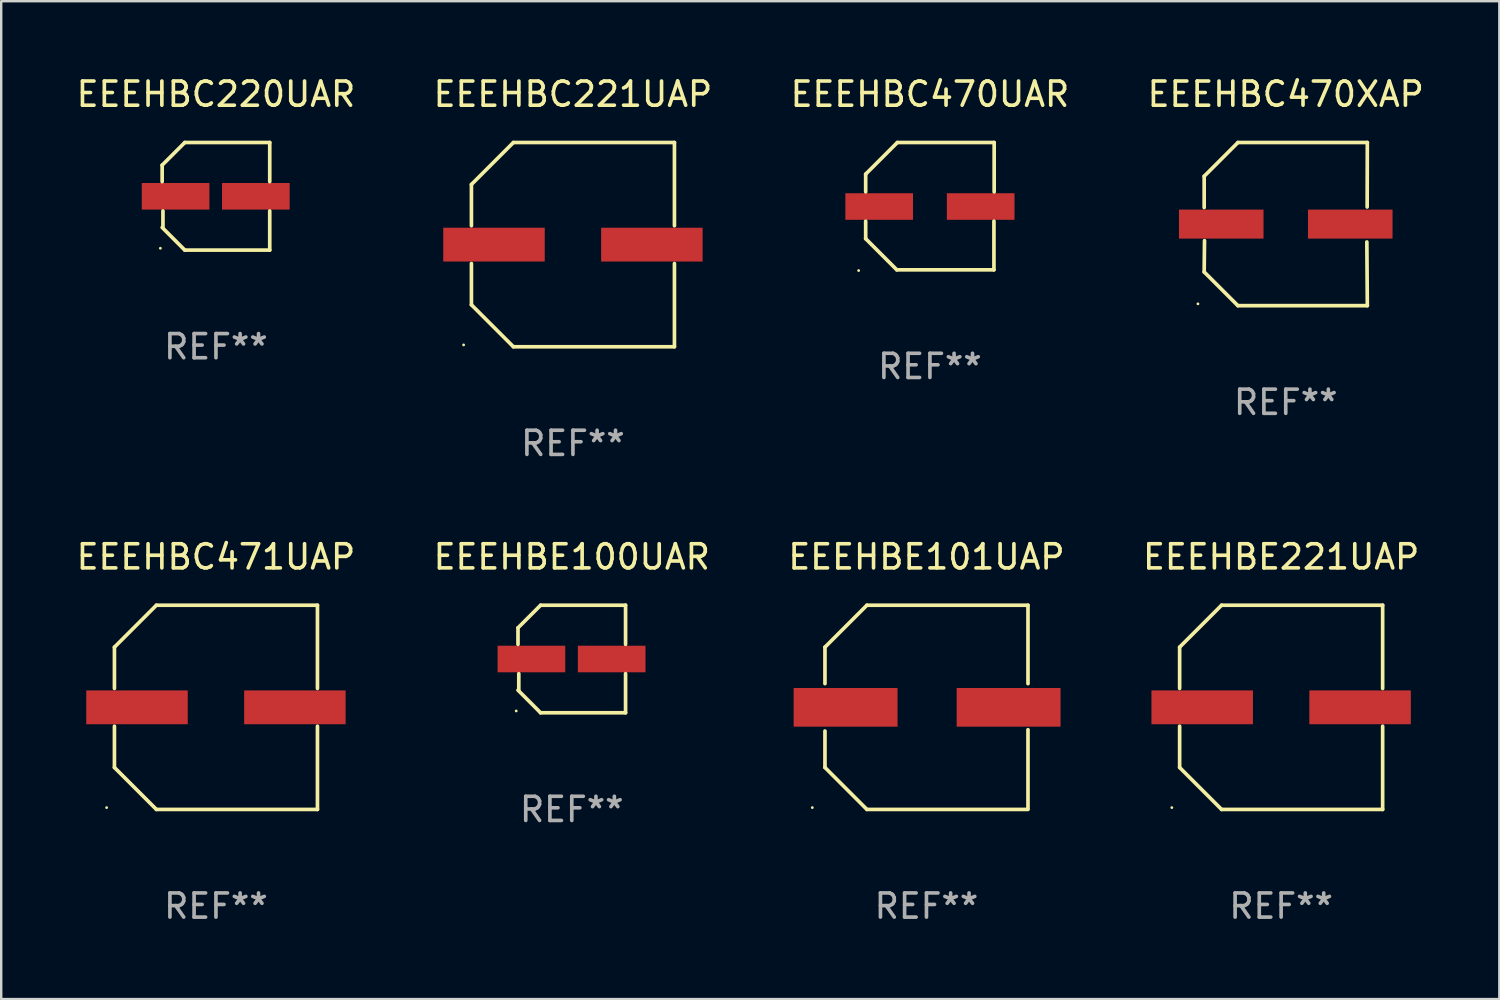
<source format=kicad_pcb>
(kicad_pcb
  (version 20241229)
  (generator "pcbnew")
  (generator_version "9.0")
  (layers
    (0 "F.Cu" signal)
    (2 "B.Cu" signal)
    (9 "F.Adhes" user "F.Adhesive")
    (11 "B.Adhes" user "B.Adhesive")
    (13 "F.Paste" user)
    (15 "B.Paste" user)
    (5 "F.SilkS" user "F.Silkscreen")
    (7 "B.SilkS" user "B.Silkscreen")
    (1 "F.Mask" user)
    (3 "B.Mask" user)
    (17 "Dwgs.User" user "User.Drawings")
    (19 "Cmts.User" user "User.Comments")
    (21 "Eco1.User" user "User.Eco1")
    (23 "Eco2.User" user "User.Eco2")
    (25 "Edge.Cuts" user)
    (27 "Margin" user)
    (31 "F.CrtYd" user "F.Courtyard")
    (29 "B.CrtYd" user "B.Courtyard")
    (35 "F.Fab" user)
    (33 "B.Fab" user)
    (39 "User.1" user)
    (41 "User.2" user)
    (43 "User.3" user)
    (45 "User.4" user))
  (footprint "EEEHBE101UAP"
    (layer "F.Cu")
    (at 35.292 26.223)
    (property "Reference" "EEEHBE101UAP" (at 0 -6.226 0) (layer "F.SilkS") (effects (font (size 1 1) (thickness 0.15))))
    (attr through_hole)
    (fp_line (start -4.201 -0.98) (end -4.201 -2.49) (stroke (width 0.152) (type solid)) (layer "F.SilkS"))
    (fp_line (start -4.201 2.49) (end -4.201 0.98) (stroke (width 0.152) (type solid)) (layer "F.SilkS"))
    (fp_line (start -2.465 -4.226) (end -4.201 -2.49) (stroke (width 0.152) (type solid)) (layer "F.SilkS"))
    (fp_line (start -2.465 4.226) (end -4.201 2.49) (stroke (width 0.152) (type solid)) (layer "F.SilkS"))
    (fp_line (start 4.201 -4.226) (end -2.465 -4.226) (stroke (width 0.152) (type solid)) (layer "F.SilkS"))
    (fp_line (start 4.201 -4.226) (end 4.201 -0.98) (stroke (width 0.152) (type solid)) (layer "F.SilkS"))
    (fp_line (start 4.201 0.926) (end 4.201 4.172) (stroke (width 0.152) (type solid)) (layer "F.SilkS"))
    (fp_line (start 4.201 4.226) (end -2.465 4.226) (stroke (width 0.152) (type solid)) (layer "F.SilkS"))
    (fp_circle (center -4.725 4.15) (end -4.695 4.15) (stroke (width 0.06) (type solid)) (fill no) (layer "F.SilkS"))
    (fp_text user "REF**" (at 0 8.226 0) (layer "F.Fab") (effects (font (size 1 1) (thickness 0.15))))
    (pad "1" smd rect (at -3.347 0) (size 4.3 1.6) (layers "F.Cu" "F.Mask" "F.Paste"))
    (pad "2" smd rect (at 3.399 0) (size 4.3 1.6) (layers "F.Cu" "F.Mask" "F.Paste")))
  (footprint "EEEHBE221UAP"
    (layer "F.Cu")
    (at 49.97 26.223)
    (property "Reference" "EEEHBE221UAP" (at 0 -6.226 0) (layer "F.SilkS") (effects (font (size 1 1) (thickness 0.15))))
    (attr through_hole)
    (fp_line (start -4.201 -2.49) (end -4.201 -0.782) (stroke (width 0.152) (type solid)) (layer "F.SilkS"))
    (fp_line (start -4.201 2.49) (end -4.201 0.782) (stroke (width 0.152) (type solid)) (layer "F.SilkS"))
    (fp_line (start -2.465 -4.226) (end -4.201 -2.49) (stroke (width 0.152) (type solid)) (layer "F.SilkS"))
    (fp_line (start -2.465 4.226) (end -4.201 2.49) (stroke (width 0.152) (type solid)) (layer "F.SilkS"))
    (fp_line (start 4.201 -4.226) (end -2.465 -4.226) (stroke (width 0.152) (type solid)) (layer "F.SilkS"))
    (fp_line (start 4.201 -0.782) (end 4.201 -4.226) (stroke (width 0.152) (type solid)) (layer "F.SilkS"))
    (fp_line (start 4.201 0.782) (end 4.201 4.226) (stroke (width 0.152) (type solid)) (layer "F.SilkS"))
    (fp_line (start 4.201 4.226) (end -2.465 4.226) (stroke (width 0.152) (type solid)) (layer "F.SilkS"))
    (fp_circle (center -4.524 4.15) (end -4.494 4.15) (stroke (width 0.06) (type solid)) (fill no) (layer "F.SilkS"))
    (fp_text user "REF**" (at 0 8.226 0) (layer "F.Fab") (effects (font (size 1 1) (thickness 0.15))))
    (pad "1" smd rect (at -3.267 0) (size 4.2 1.4) (layers "F.Cu" "F.Mask" "F.Paste"))
    (pad "2" smd rect (at 3.267 0) (size 4.2 1.4) (layers "F.Cu" "F.Mask" "F.Paste")))
  (footprint "EEEHBC471UAP"
    (layer "F.Cu")
    (at 5.887 26.223)
    (property "Reference" "EEEHBC471UAP" (at 0 -6.226 0) (layer "F.SilkS") (effects (font (size 1 1) (thickness 0.15))))
    (attr through_hole)
    (fp_line (start -4.201 -2.49) (end -4.201 -0.782) (stroke (width 0.152) (type solid)) (layer "F.SilkS"))
    (fp_line (start -4.201 2.49) (end -4.201 0.782) (stroke (width 0.152) (type solid)) (layer "F.SilkS"))
    (fp_line (start -2.465 -4.226) (end -4.201 -2.49) (stroke (width 0.152) (type solid)) (layer "F.SilkS"))
    (fp_line (start -2.465 4.226) (end -4.201 2.49) (stroke (width 0.152) (type solid)) (layer "F.SilkS"))
    (fp_line (start 4.201 -4.226) (end -2.465 -4.226) (stroke (width 0.152) (type solid)) (layer "F.SilkS"))
    (fp_line (start 4.201 -0.782) (end 4.201 -4.226) (stroke (width 0.152) (type solid)) (layer "F.SilkS"))
    (fp_line (start 4.201 0.782) (end 4.201 4.226) (stroke (width 0.152) (type solid)) (layer "F.SilkS"))
    (fp_line (start 4.201 4.226) (end -2.465 4.226) (stroke (width 0.152) (type solid)) (layer "F.SilkS"))
    (fp_circle (center -4.524 4.15) (end -4.494 4.15) (stroke (width 0.06) (type solid)) (fill no) (layer "F.SilkS"))
    (fp_text user "REF**" (at 0 8.226 0) (layer "F.Fab") (effects (font (size 1 1) (thickness 0.15))))
    (pad "1" smd rect (at -3.267 0) (size 4.2 1.4) (layers "F.Cu" "F.Mask" "F.Paste"))
    (pad "2" smd rect (at 3.267 0) (size 4.2 1.4) (layers "F.Cu" "F.Mask" "F.Paste")))
  (footprint "EEEHBC221UAP"
    (layer "F.Cu")
    (at 20.661 7.074)
    (property "Reference" "EEEHBC221UAP" (at 0 -6.226 0) (layer "F.SilkS") (effects (font (size 1 1) (thickness 0.15))))
    (attr through_hole)
    (fp_line (start -4.201 -2.49) (end -4.201 -0.782) (stroke (width 0.152) (type solid)) (layer "F.SilkS"))
    (fp_line (start -4.201 2.49) (end -4.201 0.782) (stroke (width 0.152) (type solid)) (layer "F.SilkS"))
    (fp_line (start -2.465 -4.226) (end -4.201 -2.49) (stroke (width 0.152) (type solid)) (layer "F.SilkS"))
    (fp_line (start -2.465 4.226) (end -4.201 2.49) (stroke (width 0.152) (type solid)) (layer "F.SilkS"))
    (fp_line (start 4.201 -4.226) (end -2.465 -4.226) (stroke (width 0.152) (type solid)) (layer "F.SilkS"))
    (fp_line (start 4.201 -0.782) (end 4.201 -4.226) (stroke (width 0.152) (type solid)) (layer "F.SilkS"))
    (fp_line (start 4.201 0.782) (end 4.201 4.226) (stroke (width 0.152) (type solid)) (layer "F.SilkS"))
    (fp_line (start 4.201 4.226) (end -2.465 4.226) (stroke (width 0.152) (type solid)) (layer "F.SilkS"))
    (fp_circle (center -4.524 4.15) (end -4.494 4.15) (stroke (width 0.06) (type solid)) (fill no) (layer "F.SilkS"))
    (fp_text user "REF**" (at 0 8.226 0) (layer "F.Fab") (effects (font (size 1 1) (thickness 0.15))))
    (pad "1" smd rect (at -3.267 0) (size 4.2 1.4) (layers "F.Cu" "F.Mask" "F.Paste"))
    (pad "2" smd rect (at 3.267 0) (size 4.2 1.4) (layers "F.Cu" "F.Mask" "F.Paste")))
  (footprint "EEEHBC470UAR"
    (layer "F.Cu")
    (at 35.435 5.482)
    (property "Reference" "EEEHBC470UAR" (at 0 -4.634 0) (layer "F.SilkS") (effects (font (size 1 1) (thickness 0.15))))
    (attr through_hole)
    (fp_line (start -2.659 -1.326) (end -2.659 -0.592) (stroke (width 0.152) (type solid)) (layer "F.SilkS"))
    (fp_line (start -2.659 1.346) (end -2.659 0.622) (stroke (width 0.152) (type solid)) (layer "F.SilkS"))
    (fp_line (start -1.372 2.634) (end -2.659 1.346) (stroke (width 0.152) (type solid)) (layer "F.SilkS"))
    (fp_line (start -1.349 -2.634) (end -2.659 -1.326) (stroke (width 0.152) (type solid)) (layer "F.SilkS"))
    (fp_line (start 2.649 0.622) (end 2.649 2.634) (stroke (width 0.152) (type solid)) (layer "F.SilkS"))
    (fp_line (start 2.649 2.634) (end -1.372 2.634) (stroke (width 0.152) (type solid)) (layer "F.SilkS"))
    (fp_line (start 2.659 -2.634) (end -1.349 -2.634) (stroke (width 0.152) (type solid)) (layer "F.SilkS"))
    (fp_line (start 2.659 -0.592) (end 2.659 -2.634) (stroke (width 0.152) (type solid)) (layer "F.SilkS"))
    (fp_circle (center -2.95 2.665) (end -2.92 2.665) (stroke (width 0.06) (type solid)) (fill no) (layer "F.SilkS"))
    (fp_text user "REF**" (at 0 6.634 0) (layer "F.Fab") (effects (font (size 1 1) (thickness 0.15))))
    (pad "1" smd rect (at -2.1 0.015) (size 2.8 1.1) (layers "F.Cu" "F.Mask" "F.Paste"))
    (pad "2" smd rect (at 2.1 0.015) (size 2.8 1.1) (layers "F.Cu" "F.Mask" "F.Paste")))
  (footprint "EEEHBC470XAP"
    (layer "F.Cu")
    (at 50.161 6.224)
    (property "Reference" "EEEHBC470XAP" (at 0 -5.376 0) (layer "F.SilkS") (effects (font (size 1 1) (thickness 0.15))))
    (attr through_hole)
    (fp_line (start -3.376 -1.98) (end -3.376 -0.686) (stroke (width 0.152) (type solid)) (layer "F.SilkS"))
    (fp_line (start -3.376 1.981) (end -3.362 0.686) (stroke (width 0.152) (type solid)) (layer "F.SilkS"))
    (fp_line (start -1.981 3.376) (end -3.376 1.981) (stroke (width 0.152) (type solid)) (layer "F.SilkS"))
    (fp_line (start -1.98 -3.376) (end -3.376 -1.98) (stroke (width 0.152) (type solid)) (layer "F.SilkS"))
    (fp_line (start 3.356 0.74) (end 3.376 3.376) (stroke (width 0.152) (type solid)) (layer "F.SilkS"))
    (fp_line (start 3.369 -0.707) (end 3.376 -3.376) (stroke (width 0.152) (type solid)) (layer "F.SilkS"))
    (fp_line (start 3.376 3.376) (end -1.981 3.376) (stroke (width 0.152) (type solid)) (layer "F.SilkS"))
    (fp_line (start 3.376 -3.376) (end -1.98 -3.376) (stroke (width 0.152) (type solid)) (layer "F.SilkS"))
    (fp_circle (center -3.634 3.3) (end -3.604 3.3) (stroke (width 0.06) (type solid)) (fill no) (layer "F.SilkS"))
    (fp_text user "REF**" (at 0 7.376 0) (layer "F.Fab") (effects (font (size 1 1) (thickness 0.15))))
    (pad "1" smd rect (at -2.67 0.000254) (size 3.5 1.2) (layers "F.Cu" "F.Mask" "F.Paste"))
    (pad "2" smd rect (at 2.67 0.000254) (size 3.5 1.2) (layers "F.Cu" "F.Mask" "F.Paste")))
  (footprint "EEEHBE100UAR"
    (layer "F.Cu")
    (at 20.613 24.223)
    (property "Reference" "EEEHBE100UAR" (at 0 -4.226 0) (layer "F.SilkS") (effects (font (size 1 1) (thickness 0.15))))
    (attr through_hole)
    (fp_line (start -2.226 -1.29) (end -2.226 -0.607) (stroke (width 0.152) (type solid)) (layer "F.SilkS"))
    (fp_line (start -2.193 1.29) (end -2.193 0.607) (stroke (width 0.152) (type solid)) (layer "F.SilkS"))
    (fp_line (start -1.29 2.226) (end -2.226 1.29) (stroke (width 0.152) (type solid)) (layer "F.SilkS"))
    (fp_line (start -1.29 -2.226) (end -2.226 -1.29) (stroke (width 0.152) (type solid)) (layer "F.SilkS"))
    (fp_line (start 2.226 -2.226) (end -1.29 -2.226) (stroke (width 0.152) (type solid)) (layer "F.SilkS"))
    (fp_line (start 2.226 -0.607) (end 2.226 -2.226) (stroke (width 0.152) (type solid)) (layer "F.SilkS"))
    (fp_line (start 2.226 0.607) (end 2.226 2.226) (stroke (width 0.152) (type solid)) (layer "F.SilkS"))
    (fp_line (start 2.226 2.226) (end -1.29 2.226) (stroke (width 0.152) (type solid)) (layer "F.SilkS"))
    (fp_circle (center -2.3 2.15) (end -2.27 2.15) (stroke (width 0.06) (type solid)) (fill no) (layer "F.SilkS"))
    (fp_text user "REF**" (at 0 6.226 0) (layer "F.Fab") (effects (font (size 1 1) (thickness 0.15))))
    (pad "1" smd rect (at -1.67 -0.000025) (size 2.8 1.1) (layers "F.Cu" "F.Mask" "F.Paste"))
    (pad "2" smd rect (at 1.651 -0.000025) (size 2.8 1.1) (layers "F.Cu" "F.Mask" "F.Paste")))
  (footprint "EEEHBC220UAR"
    (layer "F.Cu")
    (at 5.887 5.074)
    (property "Reference" "EEEHBC220UAR" (at 0 -4.226 0) (layer "F.SilkS") (effects (font (size 1 1) (thickness 0.15))))
    (attr through_hole)
    (fp_line (start -2.226 -1.29) (end -2.226 -0.607) (stroke (width 0.152) (type solid)) (layer "F.SilkS"))
    (fp_line (start -2.193 1.29) (end -2.193 0.607) (stroke (width 0.152) (type solid)) (layer "F.SilkS"))
    (fp_line (start -1.29 2.226) (end -2.226 1.29) (stroke (width 0.152) (type solid)) (layer "F.SilkS"))
    (fp_line (start -1.29 -2.226) (end -2.226 -1.29) (stroke (width 0.152) (type solid)) (layer "F.SilkS"))
    (fp_line (start 2.226 -2.226) (end -1.29 -2.226) (stroke (width 0.152) (type solid)) (layer "F.SilkS"))
    (fp_line (start 2.226 -0.607) (end 2.226 -2.226) (stroke (width 0.152) (type solid)) (layer "F.SilkS"))
    (fp_line (start 2.226 0.607) (end 2.226 2.226) (stroke (width 0.152) (type solid)) (layer "F.SilkS"))
    (fp_line (start 2.226 2.226) (end -1.29 2.226) (stroke (width 0.152) (type solid)) (layer "F.SilkS"))
    (fp_circle (center -2.3 2.15) (end -2.27 2.15) (stroke (width 0.06) (type solid)) (fill no) (layer "F.SilkS"))
    (fp_text user "REF**" (at 0 6.226 0) (layer "F.Fab") (effects (font (size 1 1) (thickness 0.15))))
    (pad "1" smd rect (at -1.67 -0.000025) (size 2.8 1.1) (layers "F.Cu" "F.Mask" "F.Paste"))
    (pad "2" smd rect (at 1.651 -0.000025) (size 2.8 1.1) (layers "F.Cu" "F.Mask" "F.Paste")))
  (gr_rect
    (start -3 -3)
    (end 59 38.298)
    (stroke (width 0.1) (type default))
    (fill no)
    (layer "Edge.Cuts")))
</source>
